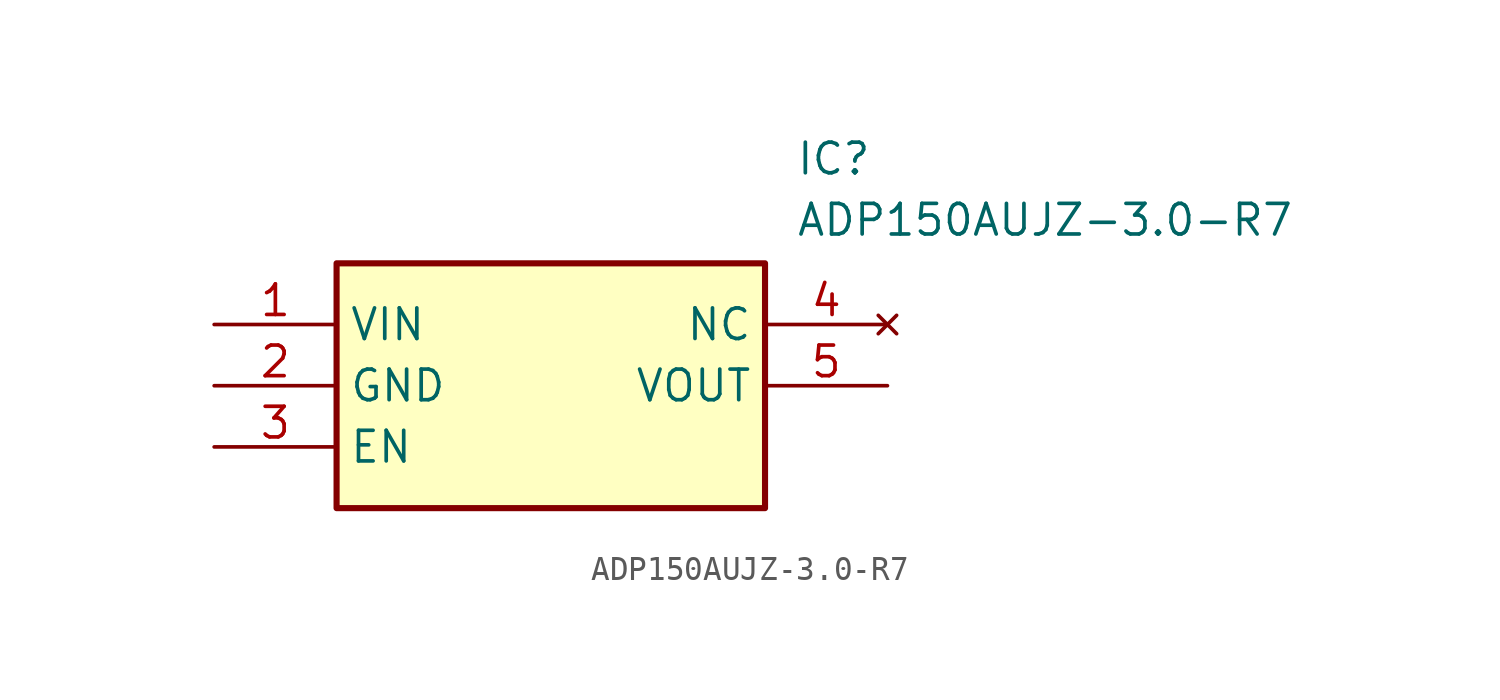
<source format=kicad_sym>
(kicad_symbol_lib
  (version 20211014)
  (generator SamacSys_ECAD_Model)
  (symbol "ADP150AUJZ-3.0-R7"
    (property "Reference" "IC"
      (at 24.13 7.62 0)
      (effects (font (size 1.27 1.27)) (justify left top)))
    (property "Value" "ADP150AUJZ-3.0-R7"
      (at 24.13 5.08 0)
      (effects (font (size 1.27 1.27)) (justify left top)))
    (rectangle
      (start 5.08 2.54)
      (end 22.86 -7.62)
      (stroke (width 0.254) (type default))
      (fill (type background)))
    (pin passive line
      (at 0 0 0)
      (length 5.08)
      (name "VIN" (effects (font (size 1.27 1.27))))
      (number "1" (effects (font (size 1.27 1.27)))))
    (pin passive line
      (at 0 -2.54 0)
      (length 5.08)
      (name "GND" (effects (font (size 1.27 1.27))))
      (number "2" (effects (font (size 1.27 1.27)))))
    (pin passive line
      (at 0 -5.08 0)
      (length 5.08)
      (name "EN" (effects (font (size 1.27 1.27))))
      (number "3" (effects (font (size 1.27 1.27)))))
    (pin no_connect line
      (at 27.94 0 180)
      (length 5.08)
      (name "NC" (effects (font (size 1.27 1.27))))
      (number "4" (effects (font (size 1.27 1.27)))))
    (pin passive line
      (at 27.94 -2.54 180)
      (length 5.08)
      (name "VOUT" (effects (font (size 1.27 1.27))))
      (number "5" (effects (font (size 1.27 1.27)))))))
</source>
